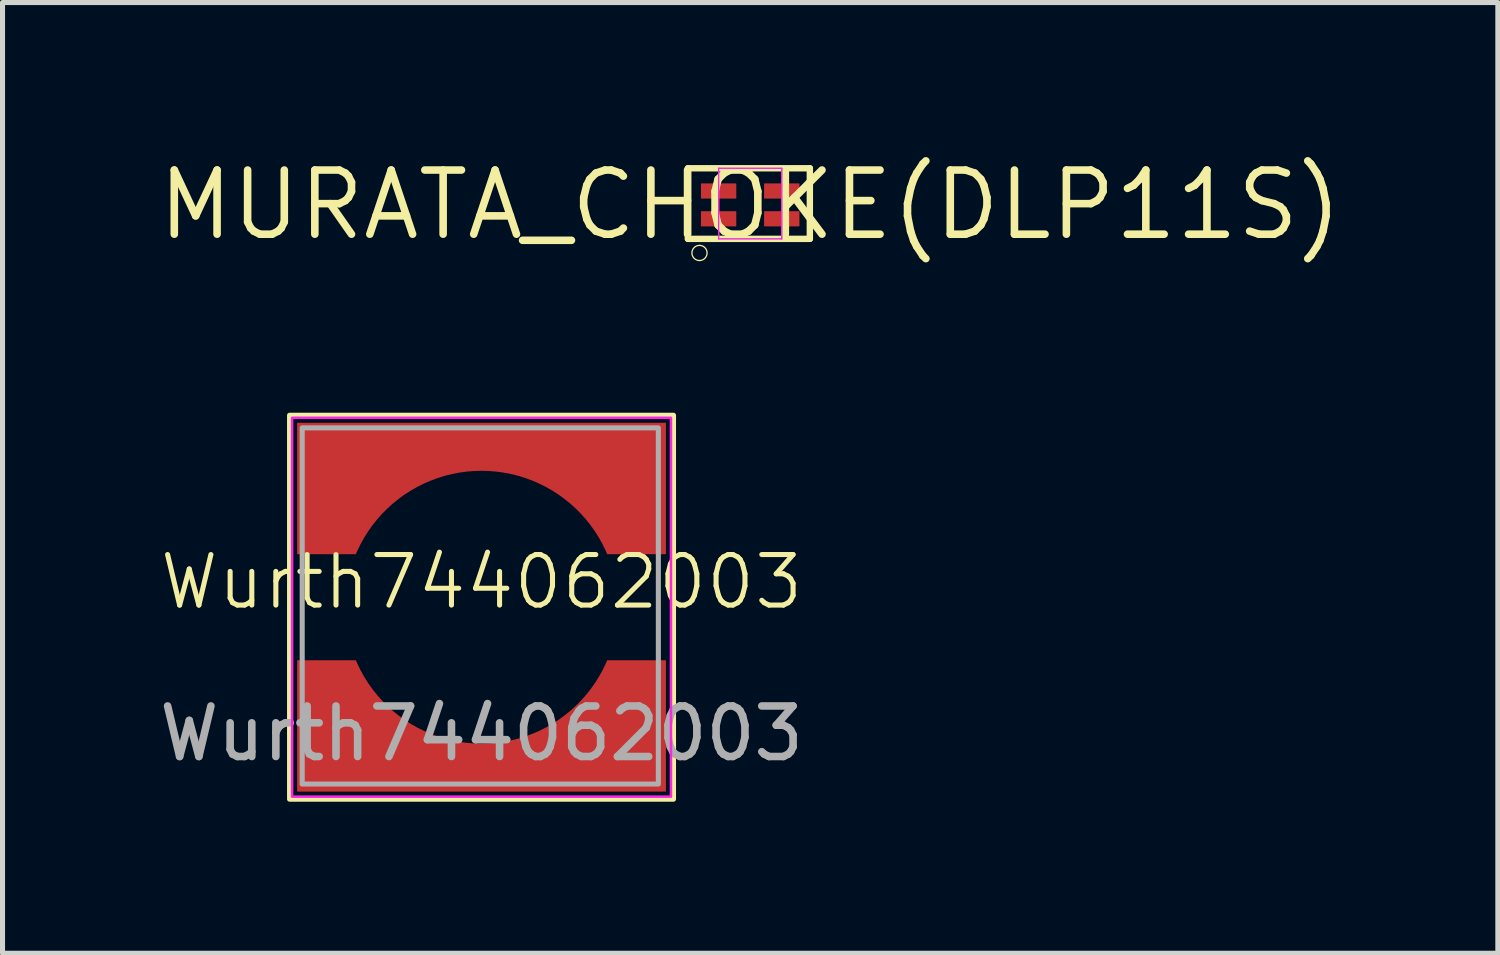
<source format=kicad_pcb>
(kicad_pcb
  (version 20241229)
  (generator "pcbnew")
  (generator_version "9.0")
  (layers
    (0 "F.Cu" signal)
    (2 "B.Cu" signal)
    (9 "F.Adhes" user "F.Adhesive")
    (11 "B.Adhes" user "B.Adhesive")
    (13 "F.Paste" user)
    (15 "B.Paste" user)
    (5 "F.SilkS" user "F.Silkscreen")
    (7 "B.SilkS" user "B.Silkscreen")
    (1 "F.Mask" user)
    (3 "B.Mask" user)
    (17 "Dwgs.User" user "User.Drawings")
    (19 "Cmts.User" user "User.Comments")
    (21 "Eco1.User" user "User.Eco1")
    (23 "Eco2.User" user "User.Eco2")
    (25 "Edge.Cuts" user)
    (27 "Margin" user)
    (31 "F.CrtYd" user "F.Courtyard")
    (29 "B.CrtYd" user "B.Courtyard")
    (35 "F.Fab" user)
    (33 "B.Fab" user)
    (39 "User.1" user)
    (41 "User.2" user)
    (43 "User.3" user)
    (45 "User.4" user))
  (footprint "Wurth744062003"
    (layer "F.Cu")
    (at 6.482 8.97)
    (property "Reference" "Wurth744062003" (at 0 -0.5 0) (unlocked yes) (layer "F.SilkS") (effects (font (size 1 1) (thickness 0.1))))
    (attr smd)
    (fp_poly (pts (xy -3.65 3.65) (xy -3.65 1.05) (arc (start -2.487465 1.05) (mid 0 2.7) (end 2.487465 1.05)) (xy 3.65 1.05) (xy 3.65 3.65)) (stroke (width 0) (type solid)) (fill yes) (layer "F.Cu"))
    (fp_poly (pts (arc (start 2.487465 -1.05) (mid 0 -2.7) (end -2.487465 -1.05)) (xy -3.65 -1.05) (xy -3.65 -3.65) (xy 3.65 -3.65) (xy 3.65 -1.05)) (stroke (width 0) (type solid)) (fill yes) (layer "F.Cu"))
    (fp_poly (pts (xy -3.65 3.65) (xy -3.65 1.05) (arc (start -2.487465 1.05) (mid 0 2.7) (end 2.487465 1.05)) (xy 3.65 1.05) (xy 3.65 3.65)) (stroke (width 0.1) (type solid)) (fill yes) (layer "F.Mask"))
    (fp_poly (pts (arc (start 2.487465 -1.05) (mid 0 -2.7) (end -2.487465 -1.05)) (xy -3.65 -1.05) (xy -3.65 -3.65) (xy 3.65 -3.65) (xy 3.65 -1.05)) (stroke (width 0.1) (type solid)) (fill yes) (layer "F.Mask"))
    (fp_rect (start -3.8 -3.8) (end 3.8 3.8) (stroke (width 0.1) (type default)) (fill no) (layer "F.SilkS"))
    (fp_poly (pts (xy -3.65 3.65) (xy -3.65 1.05) (arc (start -2.487465 1.05) (mid 0 2.7) (end 2.487465 1.05)) (xy 3.65 1.05) (xy 3.65 3.65)) (stroke (width 0) (type solid)) (fill yes) (layer "F.Paste"))
    (fp_poly (pts (arc (start 2.487465 -1.05) (mid 0 -2.7) (end -2.487465 -1.05)) (xy -3.65 -1.05) (xy -3.65 -3.65) (xy 3.65 -3.65) (xy 3.65 -1.05)) (stroke (width 0) (type solid)) (fill yes) (layer "F.Paste"))
    (fp_rect (start -3.75 -3.75) (end 3.75 3.75) (stroke (width 0.05) (type default)) (fill no) (layer "F.CrtYd"))
    (fp_rect (start -3.55 -3.55) (end 3.5 3.5) (stroke (width 0.1) (type default)) (fill no) (layer "F.Fab"))
    (fp_text user "${REFERENCE}" (at 0 2.5 0) (unlocked yes) (layer "F.Fab") (effects (font (size 1 1) (thickness 0.15))))
    (pad "1" smd roundrect (at 1.95 -3) (size 1 1) (layers "F.Cu" "F.Mask" "F.Paste") (roundrect_rratio 0.25))
    (pad "2" smd roundrect (at -2.4 2.85) (size 1 1) (layers "F.Cu" "F.Mask" "F.Paste") (roundrect_rratio 0.25)))
  (footprint "MURATA_CHOKE(DLP11S)"
    (layer "F.Cu")
    (at 11.8 1.006)
    (property "Reference" "MURATA_CHOKE(DLP11S)" (at 0 0 0) (layer "F.SilkS") (effects (font (size 1.27 1.27) (thickness 0.15))))
    (fp_line (start -1.232 -0.725) (end -1.232 0.672) (stroke (width 0.127) (type solid)) (layer "F.SilkS"))
    (fp_line (start -1.232 0.672) (end 1.181 0.672) (stroke (width 0.127) (type solid)) (layer "F.SilkS"))
    (fp_line (start 1.181 -0.725) (end -1.232 -0.725) (stroke (width 0.127) (type solid)) (layer "F.SilkS"))
    (fp_line (start 1.181 0.672) (end 1.181 -0.725) (stroke (width 0.127) (type solid)) (layer "F.SilkS"))
    (fp_arc (start -1.0034 0.8014) (mid -0.8534 0.9514) (end -1.0034 1.1014) (stroke (width 0.0254) (type solid)) (layer "F.SilkS"))
    (fp_arc (start -1.0034 1.1014) (mid -1.1534 0.9514) (end -1.0034 0.8014) (stroke (width 0.0254) (type solid)) (layer "F.SilkS"))
    (fp_line (start -0.625 -0.725) (end -0.625 0.672) (stroke (width 0.025) (type solid)) (layer "F.CrtYd"))
    (fp_line (start -0.625 0.672) (end 0.625 0.672) (stroke (width 0.025) (type solid)) (layer "F.CrtYd"))
    (fp_line (start 0.625 -0.725) (end -0.625 -0.725) (stroke (width 0.025) (type solid)) (layer "F.CrtYd"))
    (fp_line (start 0.625 0.672) (end 0.625 -0.725) (stroke (width 0.025) (type solid)) (layer "F.CrtYd"))
    (fp_line (start -0.625 -0.725) (end -0.625 0.672) (stroke (width 0.025) (type solid)) (layer "F.Fab"))
    (fp_line (start -0.625 0.672) (end 0.625 0.672) (stroke (width 0.025) (type solid)) (layer "F.Fab"))
    (fp_line (start 0.625 -0.725) (end -0.625 -0.725) (stroke (width 0.025) (type solid)) (layer "F.Fab"))
    (fp_line (start 0.625 0.672) (end 0.625 -0.725) (stroke (width 0.025) (type solid)) (layer "F.Fab"))
    (pad "1" smd roundrect (at -0.625 0.275) (size 0.7 0.3) (layers "F.Cu" "F.Mask" "F.Paste") (roundrect_rratio 0.033))
    (pad "2" smd roundrect (at 0.625 0.275) (size 0.7 0.3) (layers "F.Cu" "F.Mask" "F.Paste") (roundrect_rratio 0.033))
    (pad "3" smd roundrect (at 0.625 -0.275) (size 0.7 0.3) (layers "F.Cu" "F.Mask" "F.Paste") (roundrect_rratio 0.033))
    (pad "4" smd roundrect (at -0.625 -0.275) (size 0.7 0.3) (layers "F.Cu" "F.Mask" "F.Paste") (roundrect_rratio 0.033)))
  (gr_rect
    (start -3 -3)
    (end 26.6 15.82)
    (stroke (width 0.1) (type default))
    (fill no)
    (layer "Edge.Cuts")))
</source>
